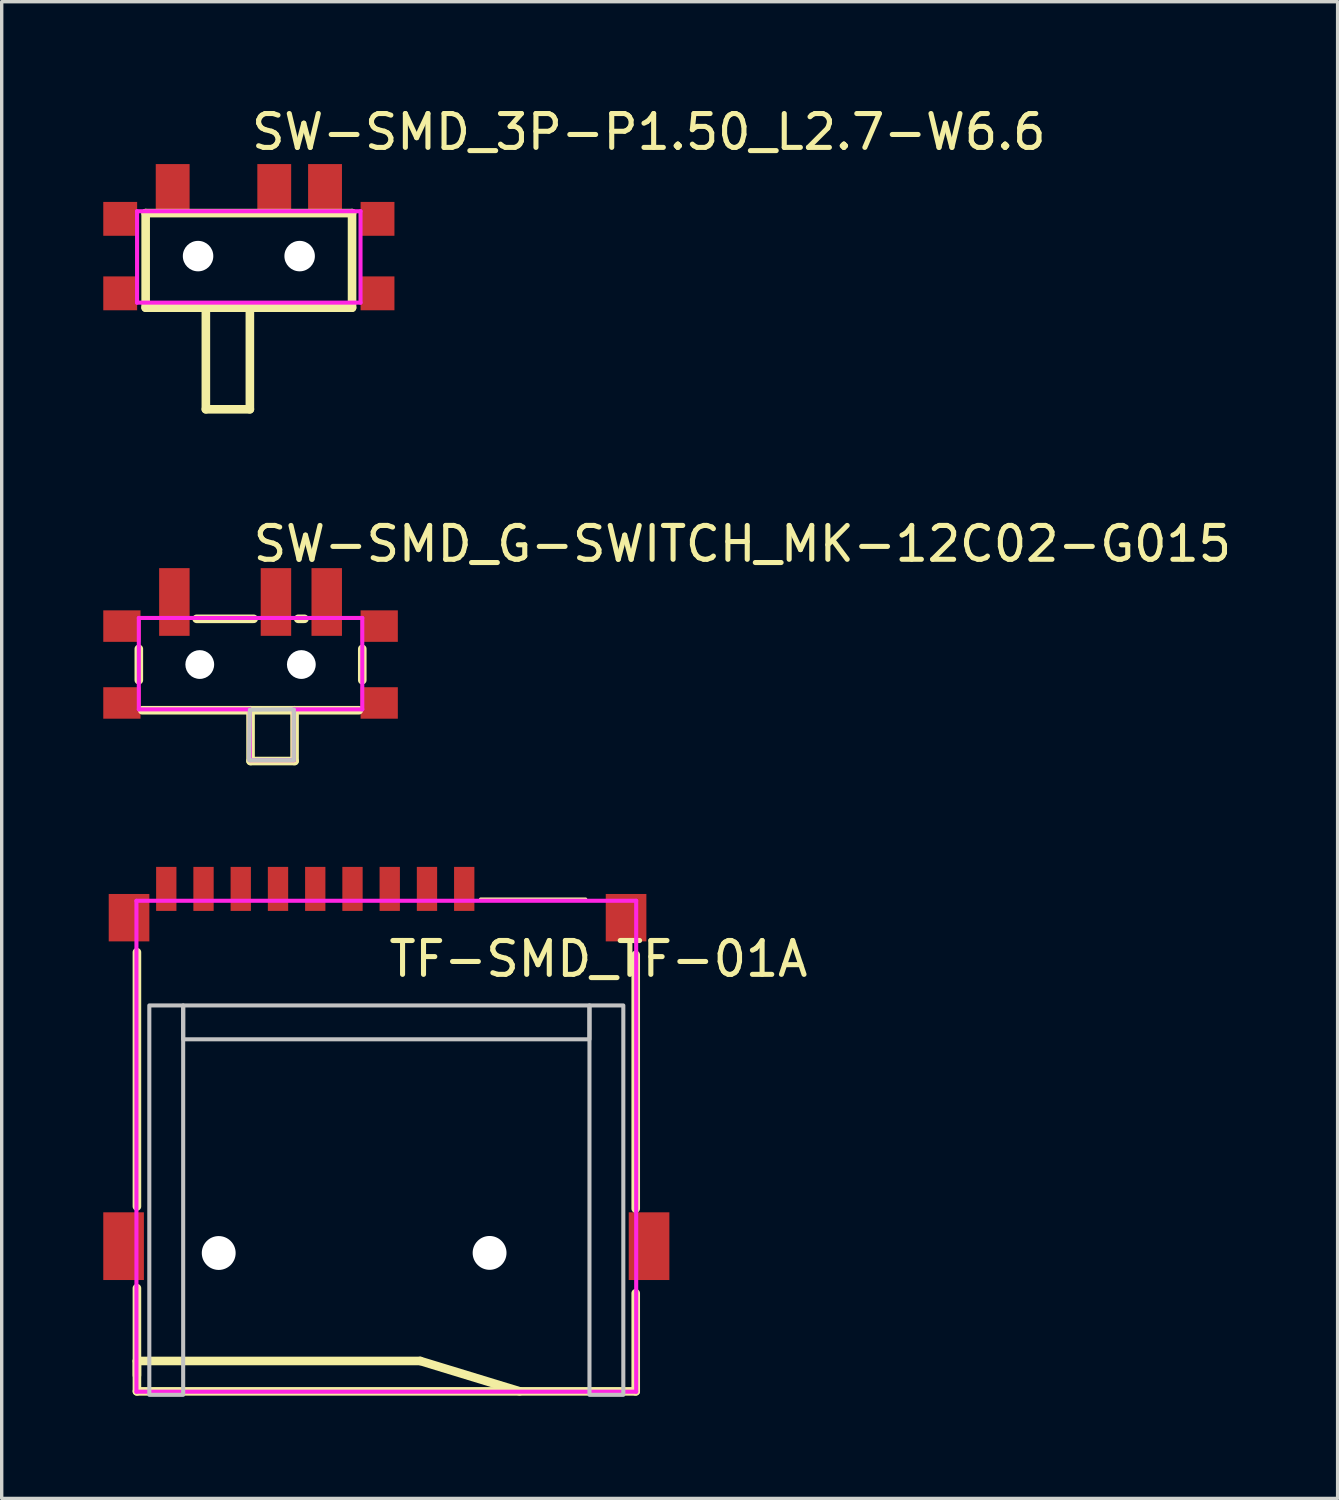
<source format=kicad_pcb>
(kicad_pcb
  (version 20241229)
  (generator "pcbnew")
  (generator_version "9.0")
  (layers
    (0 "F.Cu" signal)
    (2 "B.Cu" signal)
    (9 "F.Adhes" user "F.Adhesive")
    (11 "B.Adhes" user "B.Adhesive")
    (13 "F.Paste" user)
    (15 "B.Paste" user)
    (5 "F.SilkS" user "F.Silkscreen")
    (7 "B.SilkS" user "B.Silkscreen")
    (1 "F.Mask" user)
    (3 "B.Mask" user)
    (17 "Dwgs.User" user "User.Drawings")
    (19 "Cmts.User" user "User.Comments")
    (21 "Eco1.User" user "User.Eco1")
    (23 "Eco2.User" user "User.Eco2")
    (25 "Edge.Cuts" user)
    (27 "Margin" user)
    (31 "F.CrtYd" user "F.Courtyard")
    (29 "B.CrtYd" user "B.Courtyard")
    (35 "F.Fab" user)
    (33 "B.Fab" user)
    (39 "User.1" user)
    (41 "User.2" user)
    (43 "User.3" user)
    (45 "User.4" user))
  (footprint "TF-SMD_TF-01A"
    (layer "F.Cu")
    (at 8.36 28.48)
    (property "Reference" "TF-SMD_TF-01A" (at 0 -3.207 0) (layer "F.SilkS") (effects (font (size 1 1) (thickness 0.15)) (justify left)))
    (attr through_hole)
    (fp_line (start -7.366 -3.406) (end -7.366 4.103) (stroke (width 0.254) (type solid)) (layer "F.SilkS"))
    (fp_line (start -7.366 6.516) (end -7.366 9.564) (stroke (width 0.254) (type solid)) (layer "F.SilkS"))
    (fp_line (start -7.366 8.667) (end 1 8.666) (stroke (width 0.254) (type solid)) (layer "F.SilkS"))
    (fp_line (start -7.366 9.091) (end -7.366 8.667) (stroke (width 0.254) (type solid)) (layer "F.SilkS"))
    (fp_line (start -7.366 9.564) (end 7.366 9.564) (stroke (width 0.254) (type solid)) (layer "F.SilkS"))
    (fp_line (start 1 8.666) (end 3.937 9.563) (stroke (width 0.254) (type solid)) (layer "F.SilkS"))
    (fp_line (start 2.786 -4.972) (end 5.885 -4.973) (stroke (width 0.102) (type solid)) (layer "F.SilkS"))
    (fp_line (start 7.366 4.167) (end 7.366 -3.326) (stroke (width 0.254) (type solid)) (layer "F.SilkS"))
    (fp_line (start 7.366 9.564) (end 7.366 6.666) (stroke (width 0.254) (type solid)) (layer "F.SilkS"))
    (fp_circle (center -4.95 5.478) (end -4.75 5.478) (stroke (width 0.4) (type solid)) (fill no) (layer "Dwgs.User"))
    (fp_circle (center 3.05 5.475) (end 3.25 5.475) (stroke (width 0.4) (type solid)) (fill no) (layer "Dwgs.User"))
    (fp_poly (pts (xy -6 -1.834) (xy 6 -1.834) (xy 6 -0.834) (xy -6 -0.834)) (stroke (width 0.12) (type solid)) (fill no) (layer "Dwgs.User"))
    (fp_poly (pts (xy 7 9.666) (xy 7 -1.834) (xy 6 -1.834) (xy 6 9.666)) (stroke (width 0.12) (type solid)) (fill no) (layer "Dwgs.User"))
    (fp_poly (pts (xy -7 9.666) (xy -7 -1.834) (xy -6 -1.834) (xy -6 9.666) (xy -7 9.666)) (stroke (width 0.12) (type solid)) (fill no) (layer "Dwgs.User"))
    (fp_line (start -3.386 -4.984) (end -3.016 -4.984) (stroke (width 0.12) (type solid)) (layer "Eco2.User"))
    (fp_line (start -3.386 -4.914) (end -3.386 -4.984) (stroke (width 0.12) (type solid)) (layer "Eco2.User"))
    (fp_line (start -3.016 -4.984) (end -3.016 -4.914) (stroke (width 0.12) (type solid)) (layer "Eco2.User"))
    (fp_line (start -3.016 -4.914) (end -3.386 -4.914) (stroke (width 0.12) (type solid)) (layer "Eco2.User"))
    (fp_line (start -2.288 -4.984) (end -1.918 -4.984) (stroke (width 0.12) (type solid)) (layer "Eco2.User"))
    (fp_line (start -2.288 -4.914) (end -2.288 -4.984) (stroke (width 0.12) (type solid)) (layer "Eco2.User"))
    (fp_line (start -1.918 -4.984) (end -1.918 -4.914) (stroke (width 0.12) (type solid)) (layer "Eco2.User"))
    (fp_line (start -1.918 -4.914) (end -2.288 -4.914) (stroke (width 0.12) (type solid)) (layer "Eco2.User"))
    (fp_circle (center 8.05 -5.474) (end 8.08 -5.474) (stroke (width 0.06) (type solid)) (fill no) (layer "Eco2.User"))
    (fp_poly (pts (xy -8.05 4.476) (xy -7.35 4.476) (xy -7.35 6.076) (xy -8.05 6.076)) (stroke (width 0.12) (type solid)) (fill no) (layer "Eco2.User"))
    (fp_poly (pts (xy -7.95 -3.926) (xy -7.95 -4.926) (xy -7.25 -4.926) (xy -7.25 -3.926)) (stroke (width 0.12) (type solid)) (fill no) (layer "Eco2.User"))
    (fp_poly (pts (xy -6.684 -4.924) (xy -6.684 -5.474) (xy -6.314 -5.474) (xy -6.314 -4.924)) (stroke (width 0.12) (type solid)) (fill no) (layer "Eco2.User"))
    (fp_poly (pts (xy -5.58 -4.924) (xy -5.58 -5.474) (xy -5.21 -5.474) (xy -5.21 -4.924)) (stroke (width 0.12) (type solid)) (fill no) (layer "Eco2.User"))
    (fp_poly (pts (xy -4.482 -4.924) (xy -4.482 -5.474) (xy -4.112 -5.474) (xy -4.112 -4.924)) (stroke (width 0.12) (type solid)) (fill no) (layer "Eco2.User"))
    (fp_poly (pts (xy -3.386 -4.924) (xy -3.386 -5.474) (xy -3.016 -5.474) (xy -3.016 -4.924)) (stroke (width 0.12) (type solid)) (fill no) (layer "Eco2.User"))
    (fp_poly (pts (xy -2.288 -4.924) (xy -2.288 -5.474) (xy -1.918 -5.474) (xy -1.918 -4.924)) (stroke (width 0.12) (type solid)) (fill no) (layer "Eco2.User"))
    (fp_poly (pts (xy -1.189 -4.924) (xy -1.189 -5.474) (xy -0.819 -5.474) (xy -0.819 -4.924)) (stroke (width 0.12) (type solid)) (fill no) (layer "Eco2.User"))
    (fp_poly (pts (xy -0.089 -4.924) (xy -0.089 -5.474) (xy 0.28 -5.474) (xy 0.28 -4.924)) (stroke (width 0.12) (type solid)) (fill no) (layer "Eco2.User"))
    (fp_poly (pts (xy 1.007 -4.924) (xy 1.007 -5.474) (xy 1.377 -5.474) (xy 1.377 -4.924)) (stroke (width 0.12) (type solid)) (fill no) (layer "Eco2.User"))
    (fp_poly (pts (xy 2.107 -4.924) (xy 2.107 -5.474) (xy 2.477 -5.474) (xy 2.477 -4.924)) (stroke (width 0.12) (type solid)) (fill no) (layer "Eco2.User"))
    (fp_poly (pts (xy 6.66 -4.926) (xy 7.31 -4.926) (xy 7.31 -3.926) (xy 6.66 -3.926)) (stroke (width 0.12) (type solid)) (fill no) (layer "Eco2.User"))
    (fp_poly (pts (xy 7.35 6.076) (xy 7.35 4.476) (xy 8.05 4.476) (xy 8.05 6.076)) (stroke (width 0.12) (type solid)) (fill no) (layer "Eco2.User"))
    (fp_line (start -7.38 -4.925) (end 7.38 -4.925) (stroke (width 0.12) (type solid)) (layer "F.CrtYd"))
    (fp_line (start -7.38 9.575) (end -7.38 -4.925) (stroke (width 0.12) (type solid)) (layer "F.CrtYd"))
    (fp_line (start 7.38 -4.925) (end 7.38 9.575) (stroke (width 0.12) (type solid)) (layer "F.CrtYd"))
    (fp_line (start 7.38 9.575) (end -7.38 9.575) (stroke (width 0.12) (type solid)) (layer "F.CrtYd"))
    (pad "" np_thru_hole circle (at -4.95 5.478) (size 1 1) (drill 1) (layers "*.Cu" "*.Mask"))
    (pad "" np_thru_hole circle (at 3.05 5.475) (size 1 1) (drill 1) (layers "*.Cu" "*.Mask"))
    (pad "1" smd rect (at 2.301 -5.276) (size 0.6 1.3) (layers "F.Cu" "F.Mask" "F.Paste"))
    (pad "2" smd rect (at 1.201 -5.276) (size 0.6 1.3) (layers "F.Cu" "F.Mask" "F.Paste"))
    (pad "3" smd rect (at 0.101 -5.276) (size 0.6 1.3) (layers "F.Cu" "F.Mask" "F.Paste"))
    (pad "4" smd rect (at -0.999 -5.276) (size 0.6 1.3) (layers "F.Cu" "F.Mask" "F.Paste"))
    (pad "5" smd rect (at -2.099 -5.276) (size 0.6 1.3) (layers "F.Cu" "F.Mask" "F.Paste"))
    (pad "6" smd rect (at -3.199 -5.276) (size 0.6 1.3) (layers "F.Cu" "F.Mask" "F.Paste"))
    (pad "7" smd rect (at -4.299 -5.276) (size 0.6 1.3) (layers "F.Cu" "F.Mask" "F.Paste"))
    (pad "8" smd rect (at -5.399 -5.276) (size 0.6 1.3) (layers "F.Cu" "F.Mask" "F.Paste"))
    (pad "9" smd rect (at -6.499 -5.276) (size 0.6 1.3) (layers "F.Cu" "F.Mask" "F.Paste"))
    (pad "10" smd rect (at -7.599 -4.426) (size 1.2 1.4) (layers "F.Cu" "F.Mask" "F.Paste"))
    (pad "11" smd rect (at -7.76 5.276) (size 1.2 2) (layers "F.Cu" "F.Mask" "F.Paste"))
    (pad "12" smd rect (at 7.76 5.276) (size 1.2 2) (layers "F.Cu" "F.Mask" "F.Paste"))
    (pad "13" smd rect (at 7.081 -4.426) (size 1.2 1.4) (layers "F.Cu" "F.Mask" "F.Paste")))
  (footprint "SW-SMD_G-SWITCH_MK-12C02-G015"
    (layer "F.Cu")
    (at 4.35 16.221)
    (property "Reference" "SW-SMD_G-SWITCH_MK-12C02-G015" (at 0 -3.207 0) (layer "F.SilkS") (effects (font (size 1 1) (thickness 0.15)) (justify left)))
    (attr through_hole)
    (fp_line (start -3.3 0.818) (end -3.3 -0.106) (stroke (width 0.254) (type solid)) (layer "F.SilkS"))
    (fp_line (start 0 3.206) (end 0 1.706) (stroke (width 0.254) (type solid)) (layer "F.SilkS"))
    (fp_line (start 0.092 -0.994) (end -1.592 -0.994) (stroke (width 0.254) (type solid)) (layer "F.SilkS"))
    (fp_line (start 1.3 1.706) (end 1.3 3.206) (stroke (width 0.254) (type solid)) (layer "F.SilkS"))
    (fp_line (start 1.3 3.206) (end 0 3.206) (stroke (width 0.254) (type solid)) (layer "F.SilkS"))
    (fp_line (start 1.592 -0.994) (end 1.408 -0.994) (stroke (width 0.254) (type solid)) (layer "F.SilkS"))
    (fp_line (start 3.2 1.706) (end -3.2 1.706) (stroke (width 0.254) (type solid)) (layer "F.SilkS"))
    (fp_line (start 3.3 0.818) (end 3.3 -0.106) (stroke (width 0.254) (type solid)) (layer "F.SilkS"))
    (fp_circle (center -1.5 0.356) (end -1.325 0.356) (stroke (width 0.35) (type solid)) (fill no) (layer "Dwgs.User"))
    (fp_circle (center 1.5 0.356) (end 1.675 0.356) (stroke (width 0.35) (type solid)) (fill no) (layer "Dwgs.User"))
    (fp_poly (pts (xy -0.02 1.69) (xy 1.28 1.68) (xy 1.28 3.18) (xy -0.04 3.18) (xy -0.04 3)) (stroke (width 0.12) (type solid)) (fill no) (layer "Dwgs.User"))
    (fp_circle (center -3.9 -2.02) (end -3.87 -2.02) (stroke (width 0.06) (type solid)) (fill no) (layer "Eco2.User"))
    (fp_poly (pts (xy -3.9 1.25) (xy -3.2 1.25) (xy -3.2 1.68) (xy -3.9 1.68)) (stroke (width 0.12) (type solid)) (fill no) (layer "Eco2.User"))
    (fp_poly (pts (xy -3.2 -0.59) (xy -3.9 -0.59) (xy -3.9 -1.02) (xy -3.2 -1.02)) (stroke (width 0.12) (type solid)) (fill no) (layer "Eco2.User"))
    (fp_poly (pts (xy -2.45 -2.02) (xy -2.05 -2.02) (xy -2.05 -0.97) (xy -2.45 -0.97)) (stroke (width 0.12) (type solid)) (fill no) (layer "Eco2.User"))
    (fp_poly (pts (xy 0.55 -2.02) (xy 0.95 -2.02) (xy 0.95 -0.97) (xy 0.55 -0.97)) (stroke (width 0.12) (type solid)) (fill no) (layer "Eco2.User"))
    (fp_poly (pts (xy 2.05 -2.02) (xy 2.45 -2.02) (xy 2.45 -0.97) (xy 2.05 -0.97)) (stroke (width 0.12) (type solid)) (fill no) (layer "Eco2.User"))
    (fp_poly (pts (xy 3.2 -1.02) (xy 3.9 -1.02) (xy 3.9 -0.59) (xy 3.2 -0.59)) (stroke (width 0.12) (type solid)) (fill no) (layer "Eco2.User"))
    (fp_poly (pts (xy 3.2 1.25) (xy 3.9 1.25) (xy 3.9 1.68) (xy 3.2 1.68)) (stroke (width 0.12) (type solid)) (fill no) (layer "Eco2.User"))
    (fp_line (start -3.3 -1.02) (end 3.3 -1.02) (stroke (width 0.12) (type solid)) (layer "F.CrtYd"))
    (fp_line (start -3.3 0.9) (end -3.3 -1.02) (stroke (width 0.12) (type solid)) (layer "F.CrtYd"))
    (fp_line (start -3.3 1.68) (end -3.3 0.9) (stroke (width 0.12) (type solid)) (layer "F.CrtYd"))
    (fp_line (start -0.02 1.68) (end -3.3 1.68) (stroke (width 0.12) (type solid)) (layer "F.CrtYd"))
    (fp_line (start -0.02 3.18) (end -0.02 1.68) (stroke (width 0.12) (type solid)) (layer "F.CrtYd"))
    (fp_line (start 1.28 1.68) (end 1.28 3.18) (stroke (width 0.12) (type solid)) (layer "F.CrtYd"))
    (fp_line (start 1.28 3.18) (end -0.02 3.18) (stroke (width 0.12) (type solid)) (layer "F.CrtYd"))
    (fp_line (start 3.3 -1.02) (end 3.3 1.68) (stroke (width 0.12) (type solid)) (layer "F.CrtYd"))
    (fp_line (start 3.3 1.68) (end 1.28 1.68) (stroke (width 0.12) (type solid)) (layer "F.CrtYd"))
    (pad "" np_thru_hole circle (at -1.5 0.356) (size 0.85 0.85) (drill 0.85) (layers "*.Cu" "*.Mask"))
    (pad "" np_thru_hole circle (at 1.5 0.356) (size 0.85 0.85) (drill 0.85) (layers "*.Cu" "*.Mask"))
    (pad "1" smd rect (at -2.25 -1.491) (size 0.9 2) (layers "F.Cu" "F.Mask" "F.Paste"))
    (pad "2" smd rect (at 0.75 -1.491) (size 0.9 2) (layers "F.Cu" "F.Mask" "F.Paste"))
    (pad "3" smd rect (at 2.25 -1.491) (size 0.9 2) (layers "F.Cu" "F.Mask" "F.Paste"))
    (pad "4" smd rect (at 3.8 -0.779) (size 1.1 0.93) (layers "F.Cu" "F.Mask" "F.Paste"))
    (pad "5" smd rect (at 3.8 1.491) (size 1.1 0.93) (layers "F.Cu" "F.Mask" "F.Paste"))
    (pad "6" smd rect (at -3.8 1.491) (size 1.1 0.93) (layers "F.Cu" "F.Mask" "F.Paste"))
    (pad "7" smd rect (at -3.8 -0.779 180) (size 1.1 0.93) (layers "F.Cu" "F.Mask" "F.Paste")))
  (footprint "SW-SMD_3P-P1.50_L2.7-W6.6"
    (layer "F.Cu")
    (at 4.3 4.055)
    (property "Reference" "SW-SMD_3P-P1.50_L2.7-W6.6" (at 0 -3.207 0) (layer "F.SilkS") (effects (font (size 1 1) (thickness 0.15)) (justify left)))
    (attr through_hole)
    (fp_line (start -3.048 -0.811) (end 3.048 -0.811) (stroke (width 0.254) (type solid)) (layer "F.SilkS"))
    (fp_line (start -3.048 1.983) (end -3.048 -0.811) (stroke (width 0.254) (type solid)) (layer "F.SilkS"))
    (fp_line (start -3.048 1.983) (end 3.048 1.983) (stroke (width 0.254) (type solid)) (layer "F.SilkS"))
    (fp_line (start -1.27 1.983) (end 0.03 1.983) (stroke (width 0.254) (type solid)) (layer "F.SilkS"))
    (fp_line (start -1.27 4.983) (end -1.27 1.983) (stroke (width 0.254) (type solid)) (layer "F.SilkS"))
    (fp_line (start 0.03 1.983) (end 0.03 4.983) (stroke (width 0.254) (type solid)) (layer "F.SilkS"))
    (fp_line (start 0.03 4.983) (end -1.27 4.983) (stroke (width 0.254) (type solid)) (layer "F.SilkS"))
    (fp_line (start 3.048 -0.811) (end 3.048 1.983) (stroke (width 0.254) (type solid)) (layer "F.SilkS"))
    (fp_circle (center -3.897 -1.863) (end -3.847 -1.863) (stroke (width 0.1) (type solid)) (fill no) (layer "Eco2.User"))
    (fp_poly (pts (xy -3.897 -0.841) (xy -3.297 -0.841) (xy -3.297 -0.441) (xy -3.897 -0.441)) (stroke (width 0.12) (type solid)) (fill no) (layer "Eco2.User"))
    (fp_poly (pts (xy -3.897 1.359) (xy -3.297 1.359) (xy -3.297 1.759) (xy -3.897 1.759)) (stroke (width 0.12) (type solid)) (fill no) (layer "Eco2.User"))
    (fp_poly (pts (xy -2.45 -1.863) (xy -2.05 -1.863) (xy -2.05 -0.863) (xy -2.45 -0.863)) (stroke (width 0.12) (type solid)) (fill no) (layer "Eco2.User"))
    (fp_poly (pts (xy 0.55 -1.863) (xy 0.95 -1.863) (xy 0.95 -0.863) (xy 0.55 -0.863)) (stroke (width 0.12) (type solid)) (fill no) (layer "Eco2.User"))
    (fp_poly (pts (xy 2.05 -1.863) (xy 2.45 -1.863) (xy 2.45 -0.863) (xy 2.05 -0.863)) (stroke (width 0.12) (type solid)) (fill no) (layer "Eco2.User"))
    (fp_poly (pts (xy 3.297 -0.841) (xy 3.897 -0.841) (xy 3.897 -0.441) (xy 3.297 -0.441)) (stroke (width 0.12) (type solid)) (fill no) (layer "Eco2.User"))
    (fp_poly (pts (xy 3.297 1.359) (xy 3.897 1.359) (xy 3.897 1.759) (xy 3.297 1.759)) (stroke (width 0.12) (type solid)) (fill no) (layer "Eco2.User"))
    (fp_line (start -3.302 -0.866) (end 3.298 -0.866) (stroke (width 0.12) (type solid)) (layer "F.CrtYd"))
    (fp_line (start -3.302 1.834) (end -3.302 -0.866) (stroke (width 0.12) (type solid)) (layer "F.CrtYd"))
    (fp_line (start 3.298 -0.866) (end 3.298 1.834) (stroke (width 0.12) (type solid)) (layer "F.CrtYd"))
    (fp_line (start 3.298 1.834) (end -3.302 1.834) (stroke (width 0.12) (type solid)) (layer "F.CrtYd"))
    (pad "" np_thru_hole circle (at -1.5 0.459) (size 0.9 0.9) (drill 0.9) (layers "*.Cu" "*.Mask"))
    (pad "" np_thru_hole circle (at 1.5 0.459) (size 0.9 0.9) (drill 0.9) (layers "*.Cu" "*.Mask"))
    (pad "0" smd rect (at -3.8 -0.641) (size 1 1) (layers "F.Cu" "F.Mask" "F.Paste"))
    (pad "0" smd rect (at -3.8 1.559) (size 1 1) (layers "F.Cu" "F.Mask" "F.Paste"))
    (pad "0" smd rect (at 3.8 -0.641) (size 1 1) (layers "F.Cu" "F.Mask" "F.Paste"))
    (pad "0" smd rect (at 3.8 1.559) (size 1 1) (layers "F.Cu" "F.Mask" "F.Paste"))
    (pad "1" smd rect (at -2.25 -1.559) (size 1 1.4) (layers "F.Cu" "F.Mask" "F.Paste"))
    (pad "2" smd rect (at 0.75 -1.559) (size 1 1.4) (layers "F.Cu" "F.Mask" "F.Paste"))
    (pad "3" smd rect (at 2.25 -1.559) (size 1 1.4) (layers "F.Cu" "F.Mask" "F.Paste")))
  (gr_rect
    (start -3 -3)
    (end 36.457 41.206)
    (stroke (width 0.1) (type default))
    (fill no)
    (layer "Edge.Cuts")))
</source>
